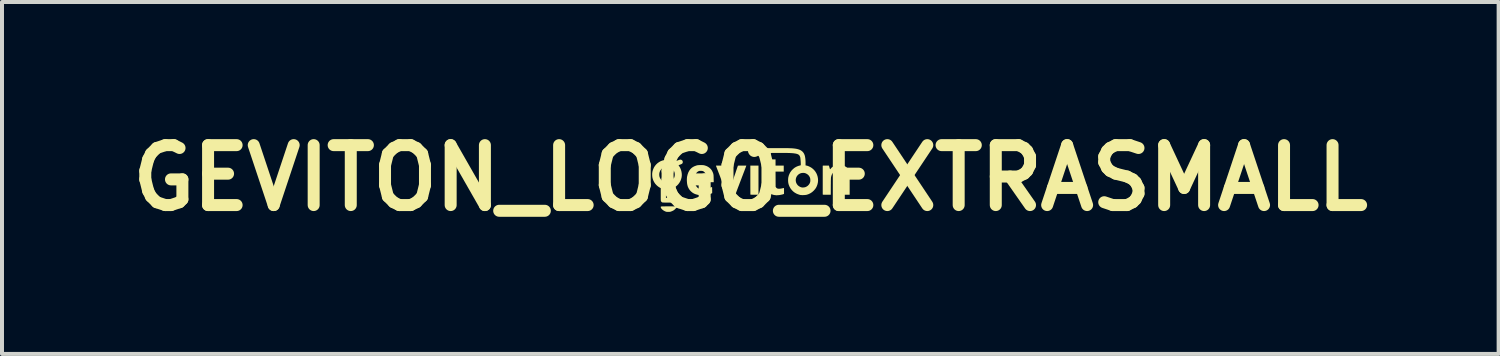
<source format=kicad_pcb>
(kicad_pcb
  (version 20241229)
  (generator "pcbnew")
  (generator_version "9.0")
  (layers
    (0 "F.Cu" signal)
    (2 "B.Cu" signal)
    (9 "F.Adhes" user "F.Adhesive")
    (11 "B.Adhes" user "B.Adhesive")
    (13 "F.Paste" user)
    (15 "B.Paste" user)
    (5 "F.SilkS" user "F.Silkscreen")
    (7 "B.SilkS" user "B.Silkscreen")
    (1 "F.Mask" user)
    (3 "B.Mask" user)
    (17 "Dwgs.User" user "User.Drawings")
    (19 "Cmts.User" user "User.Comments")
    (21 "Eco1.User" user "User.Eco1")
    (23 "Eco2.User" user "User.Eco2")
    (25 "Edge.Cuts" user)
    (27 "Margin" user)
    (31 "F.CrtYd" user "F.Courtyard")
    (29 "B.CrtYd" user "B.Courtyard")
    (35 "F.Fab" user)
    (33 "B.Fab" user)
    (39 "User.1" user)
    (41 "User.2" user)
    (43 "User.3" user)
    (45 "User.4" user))
  (footprint "GEVITON_LOGO_EXTRASMALL"
    (layer "F.Cu")
    (at 15.729 1.404)
    (property "Reference" "GEVITON_LOGO_EXTRASMALL" (at 0 0 0) (layer "F.SilkS") (effects (font (size 1.5 1.5) (thickness 0.3))))
    (attr board_only exclude_from_pos_files exclude_from_bom)
    (fp_poly (pts (xy 0.204 0.055) (xy 0.204 0.42) (xy 0.105 0.42) (xy 0.079 0.419) (xy 0.055 0.419) (xy 0.035 0.419) (xy 0.019 0.418) (xy 0.008 0.418) (xy 0.003 0.417) (xy 0.002 0.417) (xy 0.002 0.413) (xy 0.002 0.403) (xy 0.001 0.387) (xy 0.001 0.364) (xy 0.001 0.337) (xy 0.001 0.305) (xy 0.000467 0.269) (xy 0.000299 0.229) (xy 0.000166 0.186) (xy 0.00007 0.14) (xy 0.000014 0.091) (xy 0 0.052) (xy 0 -0.31) (xy 0.102 -0.31) (xy 0.204 -0.31)) (stroke (width 0) (type solid)) (fill yes) (layer "F.SilkS"))
    (fp_poly (pts (xy -1.966 0.71) (xy -1.936 0.711) (xy -1.911 0.711) (xy -1.891 0.711) (xy -1.876 0.712) (xy -1.865 0.713) (xy -1.857 0.715) (xy -1.851 0.717) (xy -1.849 0.72) (xy -1.847 0.723) (xy -1.848 0.727) (xy -1.848 0.732) (xy -1.849 0.736) (xy -1.851 0.743) (xy -1.856 0.751) (xy -1.864 0.76) (xy -1.876 0.773) (xy -1.881 0.778) (xy -1.897 0.793) (xy -1.912 0.805) (xy -1.928 0.815) (xy -1.943 0.823) (xy -1.96 0.83) (xy -1.977 0.837) (xy -1.991 0.843) (xy -1.997 0.844) (xy -2.012 0.847) (xy -2.032 0.849) (xy -2.053 0.849) (xy -2.074 0.849) (xy -2.093 0.848) (xy -2.102 0.846) (xy -2.125 0.839) (xy -2.148 0.828) (xy -2.171 0.815) (xy -2.192 0.8) (xy -2.211 0.784) (xy -2.226 0.767) (xy -2.236 0.751) (xy -2.242 0.737) (xy -2.242 0.732) (xy -2.242 0.727) (xy -2.242 0.723) (xy -2.241 0.72) (xy -2.238 0.717) (xy -2.234 0.715) (xy -2.227 0.714) (xy -2.217 0.713) (xy -2.203 0.712) (xy -2.185 0.711) (xy -2.163 0.711) (xy -2.135 0.711) (xy -2.102 0.71) (xy -2.062 0.71) (xy -2.045 0.71) (xy -2.002 0.71)) (stroke (width 0) (type solid)) (fill yes) (layer "F.SilkS"))
    (fp_poly (pts (xy 0.631 -0.388) (xy 0.631 -0.31) (xy 0.733 -0.31) (xy 0.836 -0.31) (xy 0.836 -0.234) (xy 0.836 -0.159) (xy 0.733 -0.159) (xy 0.631 -0.159) (xy 0.632 0.031) (xy 0.633 0.221) (xy 0.643 0.236) (xy 0.656 0.251) (xy 0.671 0.261) (xy 0.691 0.268) (xy 0.715 0.27) (xy 0.745 0.269) (xy 0.75 0.268) (xy 0.768 0.265) (xy 0.787 0.262) (xy 0.803 0.259) (xy 0.808 0.257) (xy 0.82 0.254) (xy 0.828 0.251) (xy 0.834 0.251) (xy 0.838 0.253) (xy 0.841 0.259) (xy 0.842 0.269) (xy 0.843 0.283) (xy 0.843 0.304) (xy 0.843 0.324) (xy 0.843 0.398) (xy 0.83 0.404) (xy 0.81 0.411) (xy 0.785 0.417) (xy 0.756 0.423) (xy 0.728 0.428) (xy 0.704 0.43) (xy 0.686 0.431) (xy 0.671 0.432) (xy 0.659 0.433) (xy 0.653 0.433) (xy 0.653 0.433) (xy 0.647 0.433) (xy 0.636 0.431) (xy 0.622 0.43) (xy 0.619 0.43) (xy 0.583 0.424) (xy 0.55 0.414) (xy 0.521 0.4) (xy 0.497 0.384) (xy 0.491 0.378) (xy 0.471 0.356) (xy 0.456 0.331) (xy 0.445 0.302) (xy 0.437 0.272) (xy 0.435 0.264) (xy 0.434 0.257) (xy 0.433 0.248) (xy 0.432 0.238) (xy 0.432 0.226) (xy 0.431 0.212) (xy 0.431 0.194) (xy 0.43 0.172) (xy 0.43 0.145) (xy 0.43 0.114) (xy 0.43 0.076) (xy 0.43 0.04) (xy 0.43 -0.159) (xy 0.383 -0.159) (xy 0.335 -0.159) (xy 0.335 -0.202) (xy 0.335 -0.246) (xy 0.372 -0.269) (xy 0.393 -0.281) (xy 0.409 -0.291) (xy 0.421 -0.298) (xy 0.429 -0.303) (xy 0.434 -0.306) (xy 0.437 -0.308) (xy 0.439 -0.309) (xy 0.44 -0.309) (xy 0.442 -0.313) (xy 0.446 -0.322) (xy 0.452 -0.336) (xy 0.459 -0.353) (xy 0.466 -0.372) (xy 0.474 -0.393) (xy 0.482 -0.413) (xy 0.489 -0.432) (xy 0.495 -0.449) (xy 0.499 -0.461) (xy 0.501 -0.463) (xy 0.508 -0.464) (xy 0.519 -0.465) (xy 0.536 -0.465) (xy 0.559 -0.465) (xy 0.566 -0.465) (xy 0.631 -0.465)) (stroke (width 0) (type solid)) (fill yes) (layer "F.SilkS"))
    (fp_poly (pts (xy 2.261 -0.322) (xy 2.29 -0.319) (xy 2.315 -0.314) (xy 2.338 -0.307) (xy 2.362 -0.296) (xy 2.366 -0.294) (xy 2.399 -0.274) (xy 2.426 -0.249) (xy 2.448 -0.221) (xy 2.464 -0.188) (xy 2.476 -0.15) (xy 2.48 -0.129) (xy 2.481 -0.121) (xy 2.482 -0.112) (xy 2.483 -0.101) (xy 2.484 -0.087) (xy 2.484 -0.07) (xy 2.485 -0.049) (xy 2.485 -0.023) (xy 2.485 0.007) (xy 2.486 0.042) (xy 2.486 0.083) (xy 2.486 0.13) (xy 2.486 0.161) (xy 2.486 0.42) (xy 2.385 0.42) (xy 2.285 0.42) (xy 2.285 0.192) (xy 2.285 0.145) (xy 2.285 0.104) (xy 2.285 0.07) (xy 2.284 0.041) (xy 2.284 0.016) (xy 2.284 -0.004) (xy 2.283 -0.02) (xy 2.282 -0.034) (xy 2.282 -0.044) (xy 2.281 -0.053) (xy 2.28 -0.06) (xy 2.279 -0.063) (xy 2.272 -0.091) (xy 2.263 -0.113) (xy 2.251 -0.13) (xy 2.236 -0.143) (xy 2.217 -0.153) (xy 2.207 -0.158) (xy 2.198 -0.161) (xy 2.189 -0.162) (xy 2.177 -0.162) (xy 2.16 -0.161) (xy 2.16 -0.161) (xy 2.128 -0.158) (xy 2.102 -0.15) (xy 2.079 -0.138) (xy 2.061 -0.121) (xy 2.046 -0.099) (xy 2.034 -0.071) (xy 2.024 -0.036) (xy 2.023 -0.034) (xy 2.021 -0.027) (xy 2.02 -0.02) (xy 2.019 -0.013) (xy 2.018 -0.004) (xy 2.017 0.007) (xy 2.017 0.019) (xy 2.016 0.035) (xy 2.016 0.055) (xy 2.015 0.078) (xy 2.015 0.107) (xy 2.015 0.14) (xy 2.014 0.18) (xy 2.014 0.209) (xy 2.013 0.42) (xy 1.913 0.42) (xy 1.883 0.42) (xy 1.86 0.419) (xy 1.843 0.419) (xy 1.831 0.419) (xy 1.822 0.418) (xy 1.817 0.417) (xy 1.814 0.416) (xy 1.812 0.415) (xy 1.812 0.413) (xy 1.812 0.413) (xy 1.812 0.408) (xy 1.812 0.397) (xy 1.812 0.38) (xy 1.812 0.357) (xy 1.812 0.329) (xy 1.812 0.297) (xy 1.812 0.26) (xy 1.812 0.22) (xy 1.812 0.177) (xy 1.812 0.131) (xy 1.812 0.082) (xy 1.812 0.053) (xy 1.812 0.004) (xy 1.812 -0.044) (xy 1.812 -0.089) (xy 1.812 -0.131) (xy 1.812 -0.17) (xy 1.812 -0.204) (xy 1.812 -0.235) (xy 1.812 -0.26) (xy 1.812 -0.281) (xy 1.812 -0.295) (xy 1.812 -0.303) (xy 1.812 -0.305) (xy 1.813 -0.307) (xy 1.816 -0.308) (xy 1.822 -0.309) (xy 1.832 -0.31) (xy 1.847 -0.31) (xy 1.867 -0.31) (xy 1.89 -0.31) (xy 1.967 -0.31) (xy 1.969 -0.301) (xy 1.972 -0.292) (xy 1.975 -0.28) (xy 1.978 -0.27) (xy 1.982 -0.255) (xy 1.986 -0.241) (xy 1.989 -0.234) (xy 1.992 -0.225) (xy 1.995 -0.219) (xy 1.997 -0.219) (xy 2.001 -0.221) (xy 2.008 -0.228) (xy 2.016 -0.238) (xy 2.016 -0.238) (xy 2.039 -0.263) (xy 2.069 -0.284) (xy 2.103 -0.302) (xy 2.14 -0.314) (xy 2.153 -0.318) (xy 2.166 -0.32) (xy 2.179 -0.321) (xy 2.195 -0.322) (xy 2.215 -0.322) (xy 2.227 -0.322)) (stroke (width 0) (type solid)) (fill yes) (layer "F.SilkS"))
    (fp_poly (pts (xy -0.636 -0.267) (xy -0.631 -0.255) (xy -0.625 -0.236) (xy -0.617 -0.213) (xy -0.608 -0.186) (xy -0.598 -0.156) (xy -0.587 -0.124) (xy -0.576 -0.091) (xy -0.568 -0.067) (xy -0.556 -0.034) (xy -0.546 -0.003) (xy -0.536 0.027) (xy -0.527 0.054) (xy -0.519 0.077) (xy -0.513 0.096) (xy -0.508 0.11) (xy -0.506 0.117) (xy -0.502 0.131) (xy -0.498 0.15) (xy -0.493 0.172) (xy -0.489 0.195) (xy -0.485 0.216) (xy -0.483 0.235) (xy -0.482 0.242) (xy -0.481 0.245) (xy -0.48 0.241) (xy -0.478 0.231) (xy -0.478 0.231) (xy -0.473 0.197) (xy -0.465 0.159) (xy -0.455 0.12) (xy -0.446 0.092) (xy -0.442 0.08) (xy -0.437 0.063) (xy -0.429 0.042) (xy -0.421 0.017) (xy -0.412 -0.011) (xy -0.402 -0.041) (xy -0.391 -0.072) (xy -0.38 -0.104) (xy -0.369 -0.136) (xy -0.359 -0.168) (xy -0.349 -0.197) (xy -0.339 -0.225) (xy -0.331 -0.25) (xy -0.324 -0.271) (xy -0.318 -0.287) (xy -0.314 -0.299) (xy -0.312 -0.304) (xy -0.312 -0.304) (xy -0.311 -0.306) (xy -0.308 -0.307) (xy -0.304 -0.308) (xy -0.297 -0.309) (xy -0.286 -0.31) (xy -0.271 -0.31) (xy -0.251 -0.31) (xy -0.225 -0.31) (xy -0.205 -0.31) (xy -0.101 -0.31) (xy -0.103 -0.302) (xy -0.105 -0.295) (xy -0.109 -0.284) (xy -0.114 -0.271) (xy -0.114 -0.27) (xy -0.12 -0.255) (xy -0.127 -0.236) (xy -0.134 -0.218) (xy -0.136 -0.213) (xy -0.156 -0.159) (xy -0.173 -0.116) (xy -0.178 -0.102) (xy -0.184 -0.086) (xy -0.187 -0.079) (xy -0.192 -0.065) (xy -0.198 -0.05) (xy -0.201 -0.042) (xy -0.207 -0.028) (xy -0.213 -0.012) (xy -0.215 -0.005) (xy -0.218 0.003) (xy -0.223 0.016) (xy -0.23 0.034) (xy -0.238 0.055) (xy -0.247 0.079) (xy -0.257 0.104) (xy -0.268 0.133) (xy -0.28 0.166) (xy -0.294 0.202) (xy -0.308 0.238) (xy -0.321 0.273) (xy -0.331 0.3) (xy -0.341 0.326) (xy -0.35 0.35) (xy -0.358 0.371) (xy -0.365 0.389) (xy -0.37 0.402) (xy -0.373 0.41) (xy -0.374 0.412) (xy -0.377 0.42) (xy -0.481 0.42) (xy -0.585 0.42) (xy -0.588 0.408) (xy -0.591 0.399) (xy -0.596 0.387) (xy -0.601 0.372) (xy -0.603 0.368) (xy -0.612 0.345) (xy -0.623 0.315) (xy -0.636 0.281) (xy -0.651 0.242) (xy -0.654 0.234) (xy -0.661 0.218) (xy -0.668 0.197) (xy -0.676 0.176) (xy -0.682 0.162) (xy -0.687 0.148) (xy -0.694 0.129) (xy -0.703 0.106) (xy -0.713 0.08) (xy -0.723 0.052) (xy -0.734 0.024) (xy -0.737 0.018) (xy -0.747 -0.009) (xy -0.756 -0.035) (xy -0.765 -0.058) (xy -0.773 -0.078) (xy -0.779 -0.094) (xy -0.783 -0.105) (xy -0.784 -0.108) (xy -0.788 -0.117) (xy -0.794 -0.132) (xy -0.801 -0.151) (xy -0.809 -0.172) (xy -0.818 -0.195) (xy -0.822 -0.204) (xy -0.83 -0.226) (xy -0.838 -0.246) (xy -0.844 -0.263) (xy -0.849 -0.276) (xy -0.852 -0.284) (xy -0.853 -0.285) (xy -0.856 -0.293) (xy -0.858 -0.301) (xy -0.86 -0.31) (xy -0.755 -0.31) (xy -0.65 -0.31)) (stroke (width 0) (type solid)) (fill yes) (layer "F.SilkS"))
    (fp_poly (pts (xy -1.218 -0.322) (xy -1.199 -0.322) (xy -1.183 -0.321) (xy -1.171 -0.32) (xy -1.159 -0.318) (xy -1.147 -0.315) (xy -1.144 -0.314) (xy -1.1 -0.3) (xy -1.06 -0.28) (xy -1.024 -0.255) (xy -0.992 -0.226) (xy -0.966 -0.192) (xy -0.946 -0.154) (xy -0.944 -0.15) (xy -0.937 -0.133) (xy -0.931 -0.117) (xy -0.927 -0.103) (xy -0.924 -0.088) (xy -0.921 -0.071) (xy -0.92 -0.052) (xy -0.919 -0.028) (xy -0.918 0.001) (xy -0.918 0.015) (xy -0.916 0.106) (xy -1.151 0.106) (xy -1.385 0.106) (xy -1.383 0.119) (xy -1.377 0.154) (xy -1.366 0.185) (xy -1.351 0.211) (xy -1.332 0.234) (xy -1.331 0.235) (xy -1.319 0.247) (xy -1.307 0.255) (xy -1.293 0.263) (xy -1.28 0.268) (xy -1.268 0.272) (xy -1.259 0.275) (xy -1.25 0.277) (xy -1.24 0.279) (xy -1.228 0.279) (xy -1.211 0.279) (xy -1.193 0.279) (xy -1.135 0.276) (xy -1.079 0.267) (xy -1.025 0.251) (xy -0.981 0.234) (xy -0.97 0.23) (xy -0.962 0.226) (xy -0.959 0.226) (xy -0.958 0.229) (xy -0.957 0.238) (xy -0.956 0.253) (xy -0.956 0.271) (xy -0.956 0.293) (xy -0.955 0.303) (xy -0.955 0.38) (xy -0.972 0.388) (xy -0.992 0.396) (xy -1.015 0.404) (xy -1.041 0.412) (xy -1.065 0.418) (xy -1.075 0.421) (xy -1.087 0.423) (xy -1.103 0.425) (xy -1.123 0.427) (xy -1.145 0.429) (xy -1.166 0.431) (xy -1.187 0.432) (xy -1.205 0.433) (xy -1.217 0.433) (xy -1.222 0.433) (xy -1.228 0.433) (xy -1.24 0.432) (xy -1.254 0.431) (xy -1.264 0.43) (xy -1.316 0.422) (xy -1.364 0.409) (xy -1.409 0.391) (xy -1.449 0.367) (xy -1.484 0.338) (xy -1.515 0.305) (xy -1.541 0.266) (xy -1.562 0.224) (xy -1.57 0.199) (xy -1.578 0.168) (xy -1.584 0.133) (xy -1.587 0.094) (xy -1.589 0.055) (xy -1.588 0.016) (xy -1.585 -0.021) (xy -1.582 -0.037) (xy -1.379 -0.037) (xy -1.378 -0.035) (xy -1.375 -0.034) (xy -1.369 -0.034) (xy -1.36 -0.033) (xy -1.347 -0.032) (xy -1.33 -0.032) (xy -1.307 -0.032) (xy -1.279 -0.032) (xy -1.244 -0.032) (xy -1.241 -0.032) (xy -1.104 -0.032) (xy -1.106 -0.045) (xy -1.111 -0.076) (xy -1.119 -0.101) (xy -1.13 -0.122) (xy -1.144 -0.14) (xy -1.15 -0.146) (xy -1.165 -0.159) (xy -1.179 -0.168) (xy -1.195 -0.174) (xy -1.214 -0.177) (xy -1.237 -0.178) (xy -1.239 -0.178) (xy -1.257 -0.178) (xy -1.269 -0.177) (xy -1.279 -0.176) (xy -1.287 -0.173) (xy -1.297 -0.169) (xy -1.302 -0.166) (xy -1.326 -0.151) (xy -1.346 -0.131) (xy -1.361 -0.108) (xy -1.361 -0.106) (xy -1.365 -0.095) (xy -1.37 -0.08) (xy -1.374 -0.065) (xy -1.377 -0.05) (xy -1.379 -0.039) (xy -1.379 -0.037) (xy -1.582 -0.037) (xy -1.582 -0.039) (xy -1.569 -0.091) (xy -1.552 -0.138) (xy -1.53 -0.18) (xy -1.504 -0.216) (xy -1.473 -0.248) (xy -1.437 -0.274) (xy -1.396 -0.295) (xy -1.351 -0.311) (xy -1.345 -0.313) (xy -1.332 -0.316) (xy -1.32 -0.319) (xy -1.309 -0.32) (xy -1.296 -0.321) (xy -1.28 -0.322) (xy -1.26 -0.322) (xy -1.243 -0.322)) (stroke (width 0) (type solid)) (fill yes) (layer "F.SilkS"))
    (fp_poly (pts (xy -1.739 -0.458) (xy -1.731 -0.456) (xy -1.714 -0.447) (xy -1.7 -0.433) (xy -1.693 -0.416) (xy -1.69 -0.398) (xy -1.694 -0.378) (xy -1.698 -0.37) (xy -1.703 -0.362) (xy -1.711 -0.355) (xy -1.722 -0.349) (xy -1.737 -0.342) (xy -1.759 -0.333) (xy -1.759 -0.333) (xy -1.774 -0.328) (xy -1.786 -0.323) (xy -1.795 -0.32) (xy -1.797 -0.319) (xy -1.796 -0.316) (xy -1.791 -0.309) (xy -1.785 -0.301) (xy -1.759 -0.259) (xy -1.739 -0.213) (xy -1.725 -0.165) (xy -1.717 -0.117) (xy -1.715 -0.067) (xy -1.72 -0.018) (xy -1.732 0.028) (xy -1.75 0.075) (xy -1.775 0.119) (xy -1.804 0.158) (xy -1.838 0.193) (xy -1.877 0.223) (xy -1.919 0.247) (xy -1.964 0.267) (xy -2.012 0.28) (xy -2.062 0.286) (xy -2.073 0.287) (xy -2.11 0.288) (xy -2.111 0.393) (xy -2.112 0.497) (xy -1.998 0.498) (xy -1.966 0.498) (xy -1.941 0.498) (xy -1.921 0.499) (xy -1.906 0.499) (xy -1.895 0.5) (xy -1.887 0.501) (xy -1.882 0.502) (xy -1.878 0.504) (xy -1.875 0.505) (xy -1.874 0.506) (xy -1.86 0.519) (xy -1.851 0.535) (xy -1.848 0.551) (xy -1.85 0.571) (xy -1.858 0.589) (xy -1.871 0.603) (xy -1.889 0.613) (xy -1.889 0.613) (xy -1.896 0.614) (xy -1.909 0.615) (xy -1.926 0.616) (xy -1.948 0.616) (xy -1.974 0.616) (xy -2.001 0.617) (xy -2.03 0.617) (xy -2.06 0.617) (xy -2.089 0.617) (xy -2.117 0.616) (xy -2.142 0.616) (xy -2.164 0.615) (xy -2.182 0.615) (xy -2.195 0.614) (xy -2.202 0.613) (xy -2.202 0.613) (xy -2.217 0.605) (xy -2.23 0.592) (xy -2.238 0.579) (xy -2.239 0.575) (xy -2.24 0.568) (xy -2.241 0.559) (xy -2.241 0.545) (xy -2.242 0.528) (xy -2.242 0.505) (xy -2.242 0.478) (xy -2.242 0.444) (xy -2.242 0.411) (xy -2.242 0.255) (xy -2.266 0.242) (xy -2.308 0.215) (xy -2.346 0.182) (xy -2.379 0.146) (xy -2.407 0.105) (xy -2.429 0.061) (xy -2.445 0.014) (xy -2.453 -0.021) (xy -2.457 -0.072) (xy -2.28 -0.072) (xy -2.275 -0.037) (xy -2.263 -0.003) (xy -2.244 0.029) (xy -2.241 0.033) (xy -2.215 0.061) (xy -2.186 0.082) (xy -2.153 0.098) (xy -2.146 0.1) (xy -2.117 0.107) (xy -2.086 0.11) (xy -2.055 0.108) (xy -2.026 0.101) (xy -2.025 0.101) (xy -1.99 0.086) (xy -1.96 0.065) (xy -1.935 0.041) (xy -1.915 0.012) (xy -1.901 -0.02) (xy -1.893 -0.055) (xy -1.891 -0.092) (xy -1.891 -0.096) (xy -1.896 -0.133) (xy -1.907 -0.166) (xy -1.925 -0.197) (xy -1.949 -0.225) (xy -1.95 -0.226) (xy -1.978 -0.248) (xy -2.008 -0.265) (xy -2.041 -0.275) (xy -2.074 -0.28) (xy -2.107 -0.279) (xy -2.14 -0.272) (xy -2.171 -0.26) (xy -2.2 -0.243) (xy -2.226 -0.221) (xy -2.248 -0.194) (xy -2.258 -0.177) (xy -2.272 -0.142) (xy -2.279 -0.107) (xy -2.28 -0.072) (xy -2.457 -0.072) (xy -2.457 -0.072) (xy -2.456 -0.121) (xy -2.448 -0.169) (xy -2.433 -0.215) (xy -2.414 -0.259) (xy -2.389 -0.299) (xy -2.359 -0.336) (xy -2.324 -0.369) (xy -2.285 -0.397) (xy -2.242 -0.421) (xy -2.195 -0.438) (xy -2.181 -0.442) (xy -2.145 -0.449) (xy -2.107 -0.453) (xy -2.068 -0.453) (xy -2.03 -0.45) (xy -1.996 -0.444) (xy -1.989 -0.442) (xy -1.977 -0.438) (xy -1.961 -0.432) (xy -1.944 -0.425) (xy -1.937 -0.422) (xy -1.922 -0.416) (xy -1.91 -0.412) (xy -1.901 -0.41) (xy -1.898 -0.41) (xy -1.892 -0.412) (xy -1.88 -0.416) (xy -1.863 -0.423) (xy -1.841 -0.431) (xy -1.815 -0.44) (xy -1.791 -0.449) (xy -1.773 -0.455) (xy -1.76 -0.458) (xy -1.749 -0.459)) (stroke (width 0) (type solid)) (fill yes) (layer "F.SilkS"))
    (fp_poly (pts (xy 0.136 -0.837) (xy 0.167 -0.826) (xy 0.194 -0.81) (xy 0.217 -0.789) (xy 0.232 -0.769) (xy 0.239 -0.758) (xy 0.245 -0.75) (xy 0.248 -0.747) (xy 0.252 -0.746) (xy 0.263 -0.746) (xy 0.279 -0.746) (xy 0.302 -0.746) (xy 0.329 -0.746) (xy 0.361 -0.746) (xy 0.397 -0.746) (xy 0.437 -0.746) (xy 0.479 -0.746) (xy 0.525 -0.746) (xy 0.573 -0.746) (xy 0.592 -0.746) (xy 0.661 -0.747) (xy 0.722 -0.747) (xy 0.778 -0.747) (xy 0.828 -0.747) (xy 0.872 -0.747) (xy 0.912 -0.746) (xy 0.947 -0.746) (xy 0.978 -0.745) (xy 1.006 -0.744) (xy 1.031 -0.743) (xy 1.053 -0.742) (xy 1.073 -0.74) (xy 1.092 -0.738) (xy 1.109 -0.736) (xy 1.118 -0.735) (xy 1.165 -0.727) (xy 1.205 -0.716) (xy 1.24 -0.703) (xy 1.271 -0.686) (xy 1.297 -0.667) (xy 1.306 -0.658) (xy 1.325 -0.637) (xy 1.34 -0.614) (xy 1.352 -0.589) (xy 1.363 -0.559) (xy 1.37 -0.526) (xy 1.376 -0.487) (xy 1.38 -0.444) (xy 1.382 -0.394) (xy 1.382 -0.366) (xy 1.382 -0.314) (xy 1.397 -0.312) (xy 1.429 -0.304) (xy 1.464 -0.291) (xy 1.498 -0.274) (xy 1.532 -0.254) (xy 1.557 -0.235) (xy 1.594 -0.201) (xy 1.625 -0.163) (xy 1.651 -0.121) (xy 1.671 -0.076) (xy 1.685 -0.029) (xy 1.693 0.019) (xy 1.695 0.068) (xy 1.69 0.117) (xy 1.678 0.166) (xy 1.678 0.167) (xy 1.662 0.209) (xy 1.643 0.247) (xy 1.619 0.281) (xy 1.589 0.315) (xy 1.585 0.319) (xy 1.546 0.354) (xy 1.504 0.382) (xy 1.459 0.404) (xy 1.412 0.42) (xy 1.395 0.423) (xy 1.373 0.426) (xy 1.348 0.428) (xy 1.322 0.429) (xy 1.296 0.429) (xy 1.274 0.428) (xy 1.259 0.427) (xy 1.235 0.422) (xy 1.208 0.413) (xy 1.18 0.403) (xy 1.155 0.392) (xy 1.151 0.39) (xy 1.108 0.365) (xy 1.068 0.334) (xy 1.034 0.298) (xy 1.004 0.259) (xy 0.98 0.215) (xy 0.961 0.169) (xy 0.949 0.121) (xy 0.949 0.116) (xy 0.947 0.097) (xy 0.945 0.074) (xy 0.945 0.059) (xy 1.136 0.059) (xy 1.14 0.092) (xy 1.149 0.124) (xy 1.165 0.153) (xy 1.185 0.18) (xy 1.21 0.202) (xy 1.24 0.22) (xy 1.252 0.226) (xy 1.279 0.235) (xy 1.304 0.239) (xy 1.331 0.238) (xy 1.35 0.236) (xy 1.382 0.228) (xy 1.412 0.213) (xy 1.439 0.194) (xy 1.462 0.17) (xy 1.481 0.143) (xy 1.494 0.113) (xy 1.499 0.096) (xy 1.501 0.075) (xy 1.502 0.052) (xy 1.5 0.028) (xy 1.497 0.007) (xy 1.491 -0.011) (xy 1.491 -0.011) (xy 1.474 -0.044) (xy 1.453 -0.071) (xy 1.427 -0.093) (xy 1.403 -0.107) (xy 1.377 -0.119) (xy 1.353 -0.125) (xy 1.326 -0.127) (xy 1.318 -0.127) (xy 1.283 -0.124) (xy 1.251 -0.115) (xy 1.222 -0.1) (xy 1.197 -0.081) (xy 1.177 -0.06) (xy 1.162 -0.039) (xy 1.15 -0.015) (xy 1.148 -0.009) (xy 1.138 0.025) (xy 1.136 0.059) (xy 0.945 0.059) (xy 0.945 0.048) (xy 0.946 0.023) (xy 0.948 0.002) (xy 0.949 -0.007) (xy 0.96 -0.055) (xy 0.978 -0.101) (xy 1.001 -0.144) (xy 1.03 -0.184) (xy 1.065 -0.22) (xy 1.103 -0.252) (xy 1.142 -0.276) (xy 1.161 -0.285) (xy 1.182 -0.294) (xy 1.204 -0.302) (xy 1.225 -0.308) (xy 1.242 -0.312) (xy 1.242 -0.312) (xy 1.253 -0.314) (xy 1.258 -0.318) (xy 1.261 -0.323) (xy 1.261 -0.324) (xy 1.262 -0.332) (xy 1.262 -0.346) (xy 1.262 -0.364) (xy 1.261 -0.386) (xy 1.26 -0.41) (xy 1.258 -0.434) (xy 1.256 -0.458) (xy 1.254 -0.479) (xy 1.252 -0.498) (xy 1.25 -0.512) (xy 1.249 -0.518) (xy 1.241 -0.54) (xy 1.231 -0.559) (xy 1.218 -0.574) (xy 1.202 -0.587) (xy 1.181 -0.597) (xy 1.155 -0.605) (xy 1.123 -0.612) (xy 1.098 -0.615) (xy 1.08 -0.618) (xy 1.06 -0.62) (xy 1.039 -0.621) (xy 1.014 -0.623) (xy 0.988 -0.624) (xy 0.958 -0.625) (xy 0.924 -0.626) (xy 0.886 -0.627) (xy 0.845 -0.627) (xy 0.798 -0.627) (xy 0.746 -0.627) (xy 0.689 -0.627) (xy 0.626 -0.627) (xy 0.557 -0.626) (xy 0.485 -0.625) (xy 0.246 -0.623) (xy 0.24 -0.61) (xy 0.229 -0.593) (xy 0.213 -0.575) (xy 0.195 -0.559) (xy 0.177 -0.546) (xy 0.172 -0.543) (xy 0.141 -0.532) (xy 0.11 -0.526) (xy 0.08 -0.527) (xy 0.05 -0.534) (xy 0.023 -0.546) (xy -0.002 -0.563) (xy -0.023 -0.585) (xy -0.04 -0.611) (xy -0.053 -0.641) (xy -0.057 -0.66) (xy -0.059 -0.69) (xy -0.054 -0.72) (xy -0.044 -0.749) (xy -0.029 -0.776) (xy -0.013 -0.795) (xy 0.014 -0.816) (xy 0.043 -0.831) (xy 0.073 -0.84) (xy 0.105 -0.842)) (stroke (width 0) (type solid)) (fill yes) (layer "F.SilkS")))
  (gr_rect
    (start -3 -3)
    (end 34.457 5.808)
    (stroke (width 0.1) (type default))
    (fill no)
    (layer "Edge.Cuts")))
</source>
